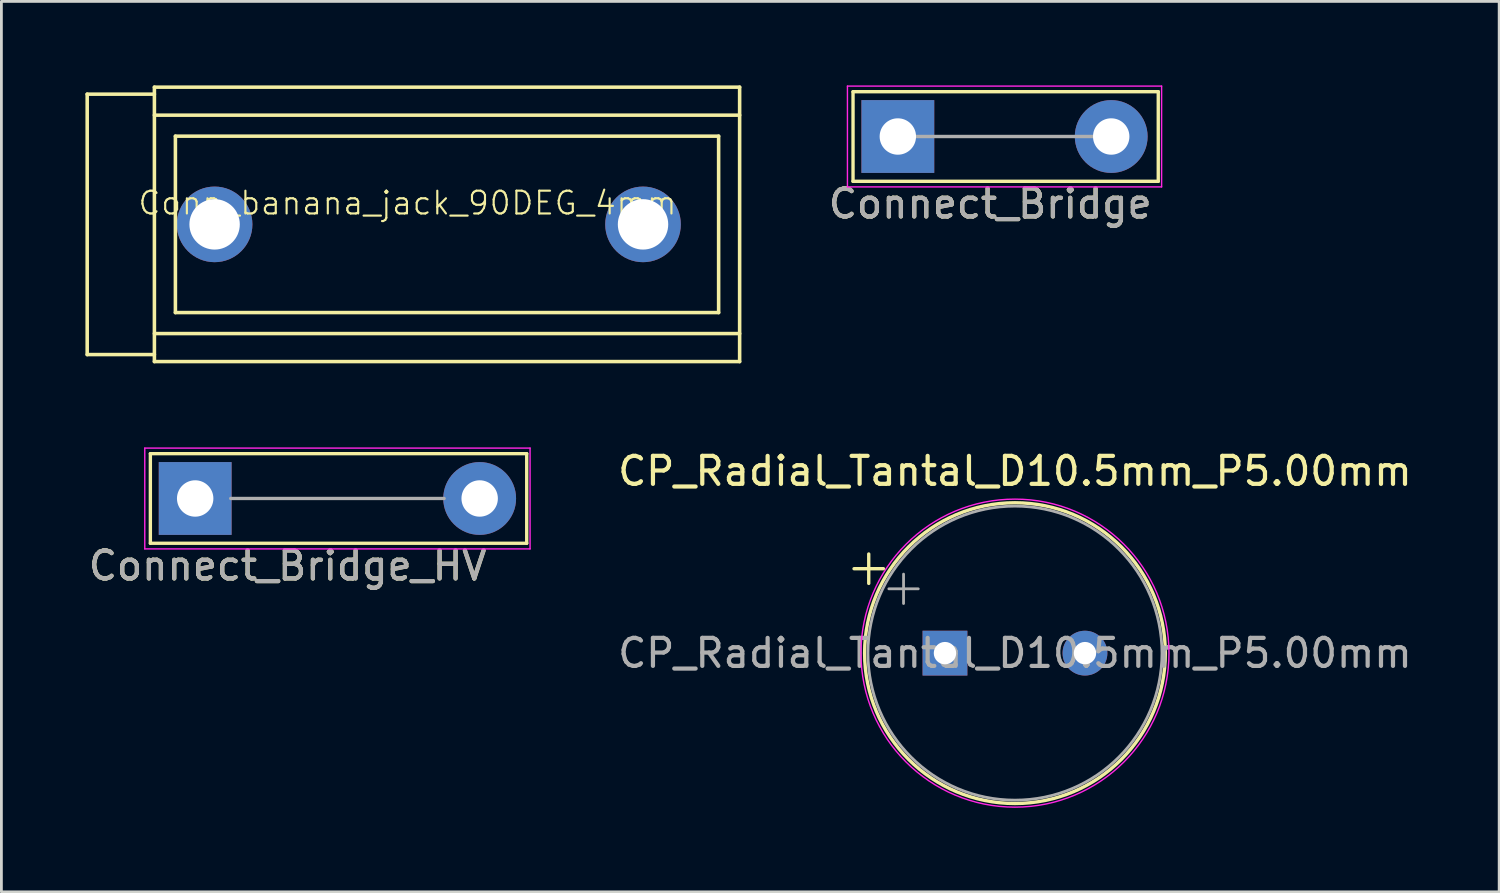
<source format=kicad_pcb>
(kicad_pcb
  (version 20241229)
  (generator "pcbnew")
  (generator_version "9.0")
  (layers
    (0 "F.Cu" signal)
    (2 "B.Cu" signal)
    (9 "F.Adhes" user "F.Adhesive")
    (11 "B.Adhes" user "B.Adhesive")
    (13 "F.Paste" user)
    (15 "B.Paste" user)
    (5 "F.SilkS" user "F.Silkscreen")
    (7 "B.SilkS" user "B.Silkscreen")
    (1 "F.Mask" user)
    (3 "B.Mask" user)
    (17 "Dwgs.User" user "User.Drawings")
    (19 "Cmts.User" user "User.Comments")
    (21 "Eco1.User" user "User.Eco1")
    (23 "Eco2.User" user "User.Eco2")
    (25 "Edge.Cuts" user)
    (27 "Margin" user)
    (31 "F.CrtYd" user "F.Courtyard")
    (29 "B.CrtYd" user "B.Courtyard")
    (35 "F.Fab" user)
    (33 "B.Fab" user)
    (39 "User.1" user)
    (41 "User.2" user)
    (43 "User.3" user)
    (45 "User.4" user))
  (footprint "Conn_banana_jack_90DEG_4mm"
    (layer "F.Cu")
    (at 12.264 4.963)
    (property "Reference" "Conn_banana_jack_90DEG_4mm" (at -0.762 -0.762 0) (layer "F.SilkS") (effects (font (size 0.813 0.813) (thickness 0.076))))
    (attr through_hole)
    (fp_line (start -12.2 -4.65) (end -12.2 4.65) (stroke (width 0.127) (type solid)) (layer "F.SilkS"))
    (fp_line (start -12.2 4.65) (end -9.8 4.65) (stroke (width 0.127) (type solid)) (layer "F.SilkS"))
    (fp_line (start -9.8 -4.9) (end -9.8 4.9) (stroke (width 0.127) (type solid)) (layer "F.SilkS"))
    (fp_line (start -9.8 -4.65) (end -12.2 -4.65) (stroke (width 0.127) (type solid)) (layer "F.SilkS"))
    (fp_line (start -9.8 -3.9) (end 11.1 -3.9) (stroke (width 0.127) (type solid)) (layer "F.SilkS"))
    (fp_line (start -9.8 3.9) (end 11.1 3.9) (stroke (width 0.127) (type solid)) (layer "F.SilkS"))
    (fp_line (start -9.8 4.9) (end 11.1 4.9) (stroke (width 0.127) (type solid)) (layer "F.SilkS"))
    (fp_line (start -9.05 -3.15) (end 10.35 -3.15) (stroke (width 0.127) (type solid)) (layer "F.SilkS"))
    (fp_line (start -9.05 3.15) (end -9.05 -3.15) (stroke (width 0.127) (type solid)) (layer "F.SilkS"))
    (fp_line (start 10.35 -3.15) (end 10.35 3.15) (stroke (width 0.127) (type solid)) (layer "F.SilkS"))
    (fp_line (start 10.35 3.15) (end -9.05 3.15) (stroke (width 0.127) (type solid)) (layer "F.SilkS"))
    (fp_line (start 11.1 -4.9) (end -9.8 -4.9) (stroke (width 0.127) (type solid)) (layer "F.SilkS"))
    (fp_line (start 11.1 4.9) (end 11.1 -4.9) (stroke (width 0.127) (type solid)) (layer "F.SilkS"))
    (pad "1" thru_hole circle (at -7.65 0) (size 2.7 2.7) (drill 1.8) (layers "*.Cu" "*.Mask"))
    (pad "1" thru_hole circle (at 7.65 0) (size 2.7 2.7) (drill 1.8) (layers "*.Cu" "*.Mask")))
  (footprint "Connect_Bridge"
    (layer "F.Cu")
    (at 29.014 1.825)
    (property "Reference" "Connect_Bridge" (at 3.3 2.4 0) (layer "F.SilkS") (effects (font (size 1 1) (thickness 0.15))))
    (attr through_hole)
    (fp_line (start -1.6 -1.6) (end 9.3 -1.6) (stroke (width 0.12) (type solid)) (layer "F.SilkS"))
    (fp_line (start -1.6 1.6) (end -1.6 -1.6) (stroke (width 0.12) (type solid)) (layer "F.SilkS"))
    (fp_line (start 9.3 -1.6) (end 9.3 1.6) (stroke (width 0.12) (type solid)) (layer "F.SilkS"))
    (fp_line (start 9.3 1.6) (end -1.6 1.6) (stroke (width 0.12) (type solid)) (layer "F.SilkS"))
    (fp_line (start -1.8 -1.8) (end -1.8 1.8) (stroke (width 0.05) (type solid)) (layer "F.CrtYd"))
    (fp_line (start -1.8 -1.8) (end 9.42 -1.8) (stroke (width 0.05) (type solid)) (layer "F.CrtYd"))
    (fp_line (start 9.42 1.8) (end -1.8 1.8) (stroke (width 0.05) (type solid)) (layer "F.CrtYd"))
    (fp_line (start 9.42 1.8) (end 9.42 -1.8) (stroke (width 0.05) (type solid)) (layer "F.CrtYd"))
    (fp_line (start 7.62 0) (end 0 0) (stroke (width 0.12) (type solid)) (layer "F.Fab"))
    (fp_text user "${REFERENCE}" (at 3.3 2.4 0) (layer "F.Fab") (effects (font (size 1 1) (thickness 0.15))))
    (pad "1" thru_hole rect (at 0 0) (size 2.6 2.6) (drill 1.3) (layers "*.Cu" "*.Mask"))
    (pad "2" thru_hole circle (at 7.62 0) (size 2.6 2.6) (drill 1.3) (layers "*.Cu" "*.Mask")))
  (footprint "Connect_Bridge_HV"
    (layer "F.Cu")
    (at 3.92 14.752)
    (property "Reference" "Connect_Bridge_HV" (at 3.3 2.4 0) (layer "F.SilkS") (effects (font (size 1 1) (thickness 0.15))))
    (attr through_hole)
    (fp_line (start -1.6 -1.6) (end 11.84 -1.6) (stroke (width 0.12) (type solid)) (layer "F.SilkS"))
    (fp_line (start -1.6 1.6) (end -1.6 -1.6) (stroke (width 0.12) (type solid)) (layer "F.SilkS"))
    (fp_line (start 11.84 -1.6) (end 11.84 1.6) (stroke (width 0.12) (type solid)) (layer "F.SilkS"))
    (fp_line (start 11.84 1.6) (end -1.6 1.6) (stroke (width 0.12) (type solid)) (layer "F.SilkS"))
    (fp_line (start -1.8 -1.8) (end -1.8 1.8) (stroke (width 0.05) (type solid)) (layer "F.CrtYd"))
    (fp_line (start -1.8 -1.8) (end 11.96 -1.8) (stroke (width 0.05) (type solid)) (layer "F.CrtYd"))
    (fp_line (start 11.96 1.8) (end -1.8 1.8) (stroke (width 0.05) (type solid)) (layer "F.CrtYd"))
    (fp_line (start 11.96 1.8) (end 11.96 -1.8) (stroke (width 0.05) (type solid)) (layer "F.CrtYd"))
    (fp_line (start 8.89 0) (end 1.27 0) (stroke (width 0.12) (type solid)) (layer "F.Fab"))
    (fp_text user "${REFERENCE}" (at 3.3 2.4 0) (layer "F.Fab") (effects (font (size 1 1) (thickness 0.15))))
    (pad "1" thru_hole rect (at 0 0) (size 2.6 2.6) (drill 1.3) (layers "*.Cu" "*.Mask"))
    (pad "2" thru_hole circle (at 10.16 0) (size 2.6 2.6) (drill 1.3) (layers "*.Cu" "*.Mask")))
  (footprint "CP_Radial_Tantal_D10.5mm_P5.00mm"
    (layer "F.Cu")
    (at 30.697 20.275)
    (property "Reference" "CP_Radial_Tantal_D10.5mm_P5.00mm" (at 2.5 -6.5 0) (layer "F.SilkS") (effects (font (size 1 1) (thickness 0.15))))
    (attr through_hole)
    (fp_line (start -3.247 -3.015) (end -2.197 -3.015) (stroke (width 0.12) (type solid)) (layer "F.SilkS"))
    (fp_line (start -2.722 -3.54) (end -2.722 -2.49) (stroke (width 0.12) (type solid)) (layer "F.SilkS"))
    (fp_circle (center 2.5 0) (end 7.87 0) (stroke (width 0.12) (type solid)) (fill no) (layer "F.SilkS"))
    (fp_circle (center 2.5 0) (end 8 0) (stroke (width 0.05) (type solid)) (fill no) (layer "F.CrtYd"))
    (fp_line (start -2.004 -2.297) (end -0.954 -2.297) (stroke (width 0.1) (type solid)) (layer "F.Fab"))
    (fp_line (start -1.479 -2.822) (end -1.479 -1.772) (stroke (width 0.1) (type solid)) (layer "F.Fab"))
    (fp_circle (center 2.5 0) (end 7.75 0) (stroke (width 0.1) (type solid)) (fill no) (layer "F.Fab"))
    (fp_text user "${REFERENCE}" (at 2.5 0 0) (layer "F.Fab") (effects (font (size 1 1) (thickness 0.15))))
    (pad "1" thru_hole rect (at 0 0) (size 1.6 1.6) (drill 0.8) (layers "*.Cu" "*.Mask"))
    (pad "2" thru_hole circle (at 5 0) (size 1.6 1.6) (drill 0.8) (layers "*.Cu" "*.Mask")))
  (gr_rect
    (start -3 -3)
    (end 50.489 28.8)
    (stroke (width 0.1) (type default))
    (fill no)
    (layer "Edge.Cuts")))
</source>
